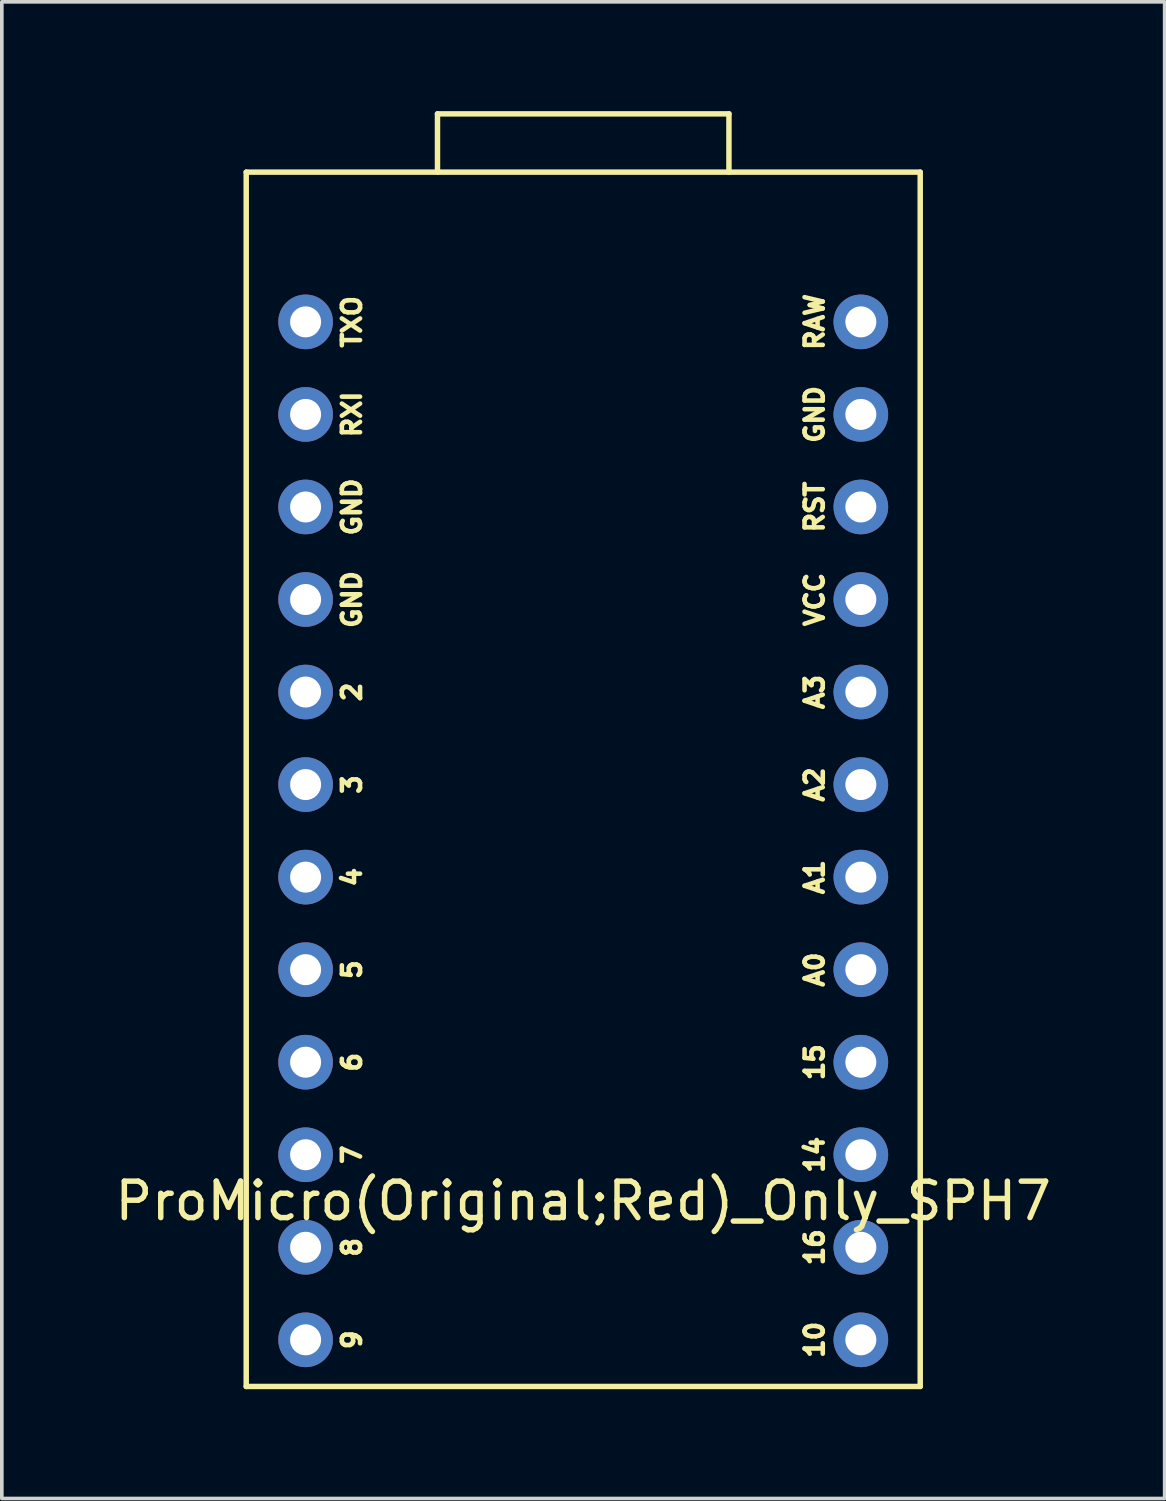
<source format=kicad_pcb>
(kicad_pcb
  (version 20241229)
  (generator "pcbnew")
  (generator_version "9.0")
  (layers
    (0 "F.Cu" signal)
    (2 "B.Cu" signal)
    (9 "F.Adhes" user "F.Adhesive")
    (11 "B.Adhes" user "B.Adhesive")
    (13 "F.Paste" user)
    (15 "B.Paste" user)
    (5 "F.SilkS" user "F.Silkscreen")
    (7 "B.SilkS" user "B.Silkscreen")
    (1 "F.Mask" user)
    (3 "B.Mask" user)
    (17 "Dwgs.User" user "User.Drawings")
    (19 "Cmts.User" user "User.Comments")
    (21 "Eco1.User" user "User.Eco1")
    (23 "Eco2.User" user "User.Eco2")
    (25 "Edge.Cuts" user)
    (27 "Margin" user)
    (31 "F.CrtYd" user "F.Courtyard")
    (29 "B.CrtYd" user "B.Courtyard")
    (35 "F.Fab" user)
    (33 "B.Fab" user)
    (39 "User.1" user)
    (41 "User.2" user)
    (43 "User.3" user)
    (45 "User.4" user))
  (footprint "ProMicro(Original;Red)_Only_SPH7"
    (layer "F.Cu")
    (at 5.338 5.785)
    (property "Reference" "ProMicro(Original;Red)_Only_SPH7" (at 7.62 24.13 0) (layer "F.SilkS") (effects (font (size 1 1) (thickness 0.15))))
    (attr through_hole)
    (fp_line (start -1.63 -4.11) (end -1.63 29.22) (stroke (width 0.15) (type solid)) (layer "F.SilkS"))
    (fp_line (start -1.63 29.22) (end 16.87 29.22) (stroke (width 0.15) (type solid)) (layer "F.SilkS"))
    (fp_line (start 3.62 -5.71) (end 11.62 -5.71) (stroke (width 0.15) (type solid)) (layer "F.SilkS"))
    (fp_line (start 3.62 -4.11) (end 3.62 -5.71) (stroke (width 0.15) (type solid)) (layer "F.SilkS"))
    (fp_line (start 11.62 -5.71) (end 11.62 -4.11) (stroke (width 0.15) (type solid)) (layer "F.SilkS"))
    (fp_line (start 16.87 -4.11) (end -1.63 -4.11) (stroke (width 0.15) (type solid)) (layer "F.SilkS"))
    (fp_line (start 16.87 29.22) (end 16.87 -4.11) (stroke (width 0.15) (type solid)) (layer "F.SilkS"))
    (fp_text user "RST" (at 13.97 5.08 90) (layer "F.SilkS") (effects (font (size 0.5 0.5) (thickness 0.125))))
    (fp_text user "A2" (at 13.97 12.7 90) (layer "F.SilkS") (effects (font (size 0.5 0.5) (thickness 0.125))))
    (fp_text user "16" (at 13.97 25.4 90) (layer "F.SilkS") (effects (font (size 0.5 0.5) (thickness 0.125))))
    (fp_text user "A3" (at 13.97 10.16 90) (layer "F.SilkS") (effects (font (size 0.5 0.5) (thickness 0.125))))
    (fp_text user "VCC" (at 13.97 7.62 90) (layer "F.SilkS") (effects (font (size 0.5 0.5) (thickness 0.125))))
    (fp_text user "6" (at 1.27 20.32 90) (layer "F.SilkS") (effects (font (size 0.5 0.5) (thickness 0.125))))
    (fp_text user "TXO" (at 1.27 0 90) (layer "F.SilkS") (effects (font (size 0.5 0.5) (thickness 0.125))))
    (fp_text user "7" (at 1.27 22.86 90) (layer "F.SilkS") (effects (font (size 0.5 0.5) (thickness 0.125))))
    (fp_text user "GND" (at 1.27 5.08 90) (layer "F.SilkS") (effects (font (size 0.5 0.5) (thickness 0.125))))
    (fp_text user "A1" (at 13.97 15.24 90) (layer "F.SilkS") (effects (font (size 0.5 0.5) (thickness 0.125))))
    (fp_text user "GND" (at 1.27 7.62 90) (layer "F.SilkS") (effects (font (size 0.5 0.5) (thickness 0.125))))
    (fp_text user "5" (at 1.27 17.78 90) (layer "F.SilkS") (effects (font (size 0.5 0.5) (thickness 0.125))))
    (fp_text user "RAW" (at 13.97 0 90) (layer "F.SilkS") (effects (font (size 0.5 0.5) (thickness 0.125))))
    (fp_text user "10" (at 13.97 27.94 90) (layer "F.SilkS") (effects (font (size 0.5 0.5) (thickness 0.125))))
    (fp_text user "A0" (at 13.97 17.78 90) (layer "F.SilkS") (effects (font (size 0.5 0.5) (thickness 0.125))))
    (fp_text user "9" (at 1.27 27.94 90) (layer "F.SilkS") (effects (font (size 0.5 0.5) (thickness 0.125))))
    (fp_text user "15" (at 13.97 20.32 90) (layer "F.SilkS") (effects (font (size 0.5 0.5) (thickness 0.125))))
    (fp_text user "2" (at 1.27 10.16 90) (layer "F.SilkS") (effects (font (size 0.5 0.5) (thickness 0.125))))
    (fp_text user "3" (at 1.27 12.7 90) (layer "F.SilkS") (effects (font (size 0.5 0.5) (thickness 0.125))))
    (fp_text user "14" (at 13.97 22.86 90) (layer "F.SilkS") (effects (font (size 0.5 0.5) (thickness 0.125))))
    (fp_text user "8" (at 1.27 25.4 90) (layer "F.SilkS") (effects (font (size 0.5 0.5) (thickness 0.125))))
    (fp_text user "4" (at 1.27 15.24 90) (layer "F.SilkS") (effects (font (size 0.5 0.5) (thickness 0.125))))
    (fp_text user "GND" (at 13.97 2.54 90) (layer "F.SilkS") (effects (font (size 0.5 0.5) (thickness 0.125))))
    (fp_text user "RXI" (at 1.27 2.54 90) (layer "F.SilkS") (effects (font (size 0.5 0.5) (thickness 0.125))))
    (pad "2" thru_hole circle (at 0 10.16) (size 1.5 1.5) (drill 0.85) (layers "*.Cu" "*.Mask"))
    (pad "3" thru_hole circle (at 0 12.7) (size 1.5 1.5) (drill 0.85) (layers "*.Cu" "*.Mask"))
    (pad "4" thru_hole circle (at 0 15.24) (size 1.5 1.5) (drill 0.85) (layers "*.Cu" "*.Mask"))
    (pad "5" thru_hole circle (at 0 17.78) (size 1.5 1.5) (drill 0.85) (layers "*.Cu" "*.Mask"))
    (pad "6" thru_hole circle (at 0 20.32) (size 1.5 1.5) (drill 0.85) (layers "*.Cu" "*.Mask"))
    (pad "7" thru_hole circle (at 0 22.86) (size 1.5 1.5) (drill 0.85) (layers "*.Cu" "*.Mask"))
    (pad "8" thru_hole circle (at 0 25.4) (size 1.5 1.5) (drill 0.85) (layers "*.Cu" "*.Mask"))
    (pad "9" thru_hole circle (at 0 27.94) (size 1.5 1.5) (drill 0.85) (layers "*.Cu" "*.Mask"))
    (pad "10" thru_hole circle (at 15.24 27.94) (size 1.5 1.5) (drill 0.85) (layers "*.Cu" "*.Mask"))
    (pad "14" thru_hole circle (at 15.24 22.86) (size 1.5 1.5) (drill 0.85) (layers "*.Cu" "*.Mask"))
    (pad "15" thru_hole circle (at 15.24 20.32) (size 1.5 1.5) (drill 0.85) (layers "*.Cu" "*.Mask"))
    (pad "16" thru_hole circle (at 15.24 25.4) (size 1.5 1.5) (drill 0.85) (layers "*.Cu" "*.Mask"))
    (pad "A0" thru_hole circle (at 15.24 17.78) (size 1.5 1.5) (drill 0.85) (layers "*.Cu" "*.Mask"))
    (pad "A1" thru_hole circle (at 15.24 15.24) (size 1.5 1.5) (drill 0.85) (layers "*.Cu" "*.Mask"))
    (pad "A2" thru_hole circle (at 15.24 12.7) (size 1.5 1.5) (drill 0.85) (layers "*.Cu" "*.Mask"))
    (pad "A3" thru_hole circle (at 15.24 10.16) (size 1.5 1.5) (drill 0.85) (layers "*.Cu" "*.Mask"))
    (pad "GND0" thru_hole circle (at 15.24 2.54) (size 1.5 1.5) (drill 0.85) (layers "*.Cu" "*.Mask"))
    (pad "GND1" thru_hole circle (at 0 5.08) (size 1.5 1.5) (drill 0.85) (layers "*.Cu" "*.Mask"))
    (pad "GND2" thru_hole circle (at 0 7.62) (size 1.5 1.5) (drill 0.85) (layers "*.Cu" "*.Mask"))
    (pad "RAW" thru_hole circle (at 15.24 0) (size 1.5 1.5) (drill 0.85) (layers "*.Cu" "*.Mask"))
    (pad "RST" thru_hole circle (at 15.24 5.08) (size 1.5 1.5) (drill 0.85) (layers "*.Cu" "*.Mask"))
    (pad "RXI" thru_hole circle (at 0 2.54) (size 1.5 1.5) (drill 0.85) (layers "*.Cu" "*.Mask"))
    (pad "TXO" thru_hole circle (at 0 0 90) (size 1.5 1.5) (drill 0.85) (layers "*.Cu" "*.Mask"))
    (pad "VCC" thru_hole circle (at 15.24 7.62) (size 1.5 1.5) (drill 0.85) (layers "*.Cu" "*.Mask")))
  (gr_rect
    (start -3 -3)
    (end 28.917 38.08)
    (stroke (width 0.1) (type default))
    (fill no)
    (layer "Edge.Cuts")))
</source>
